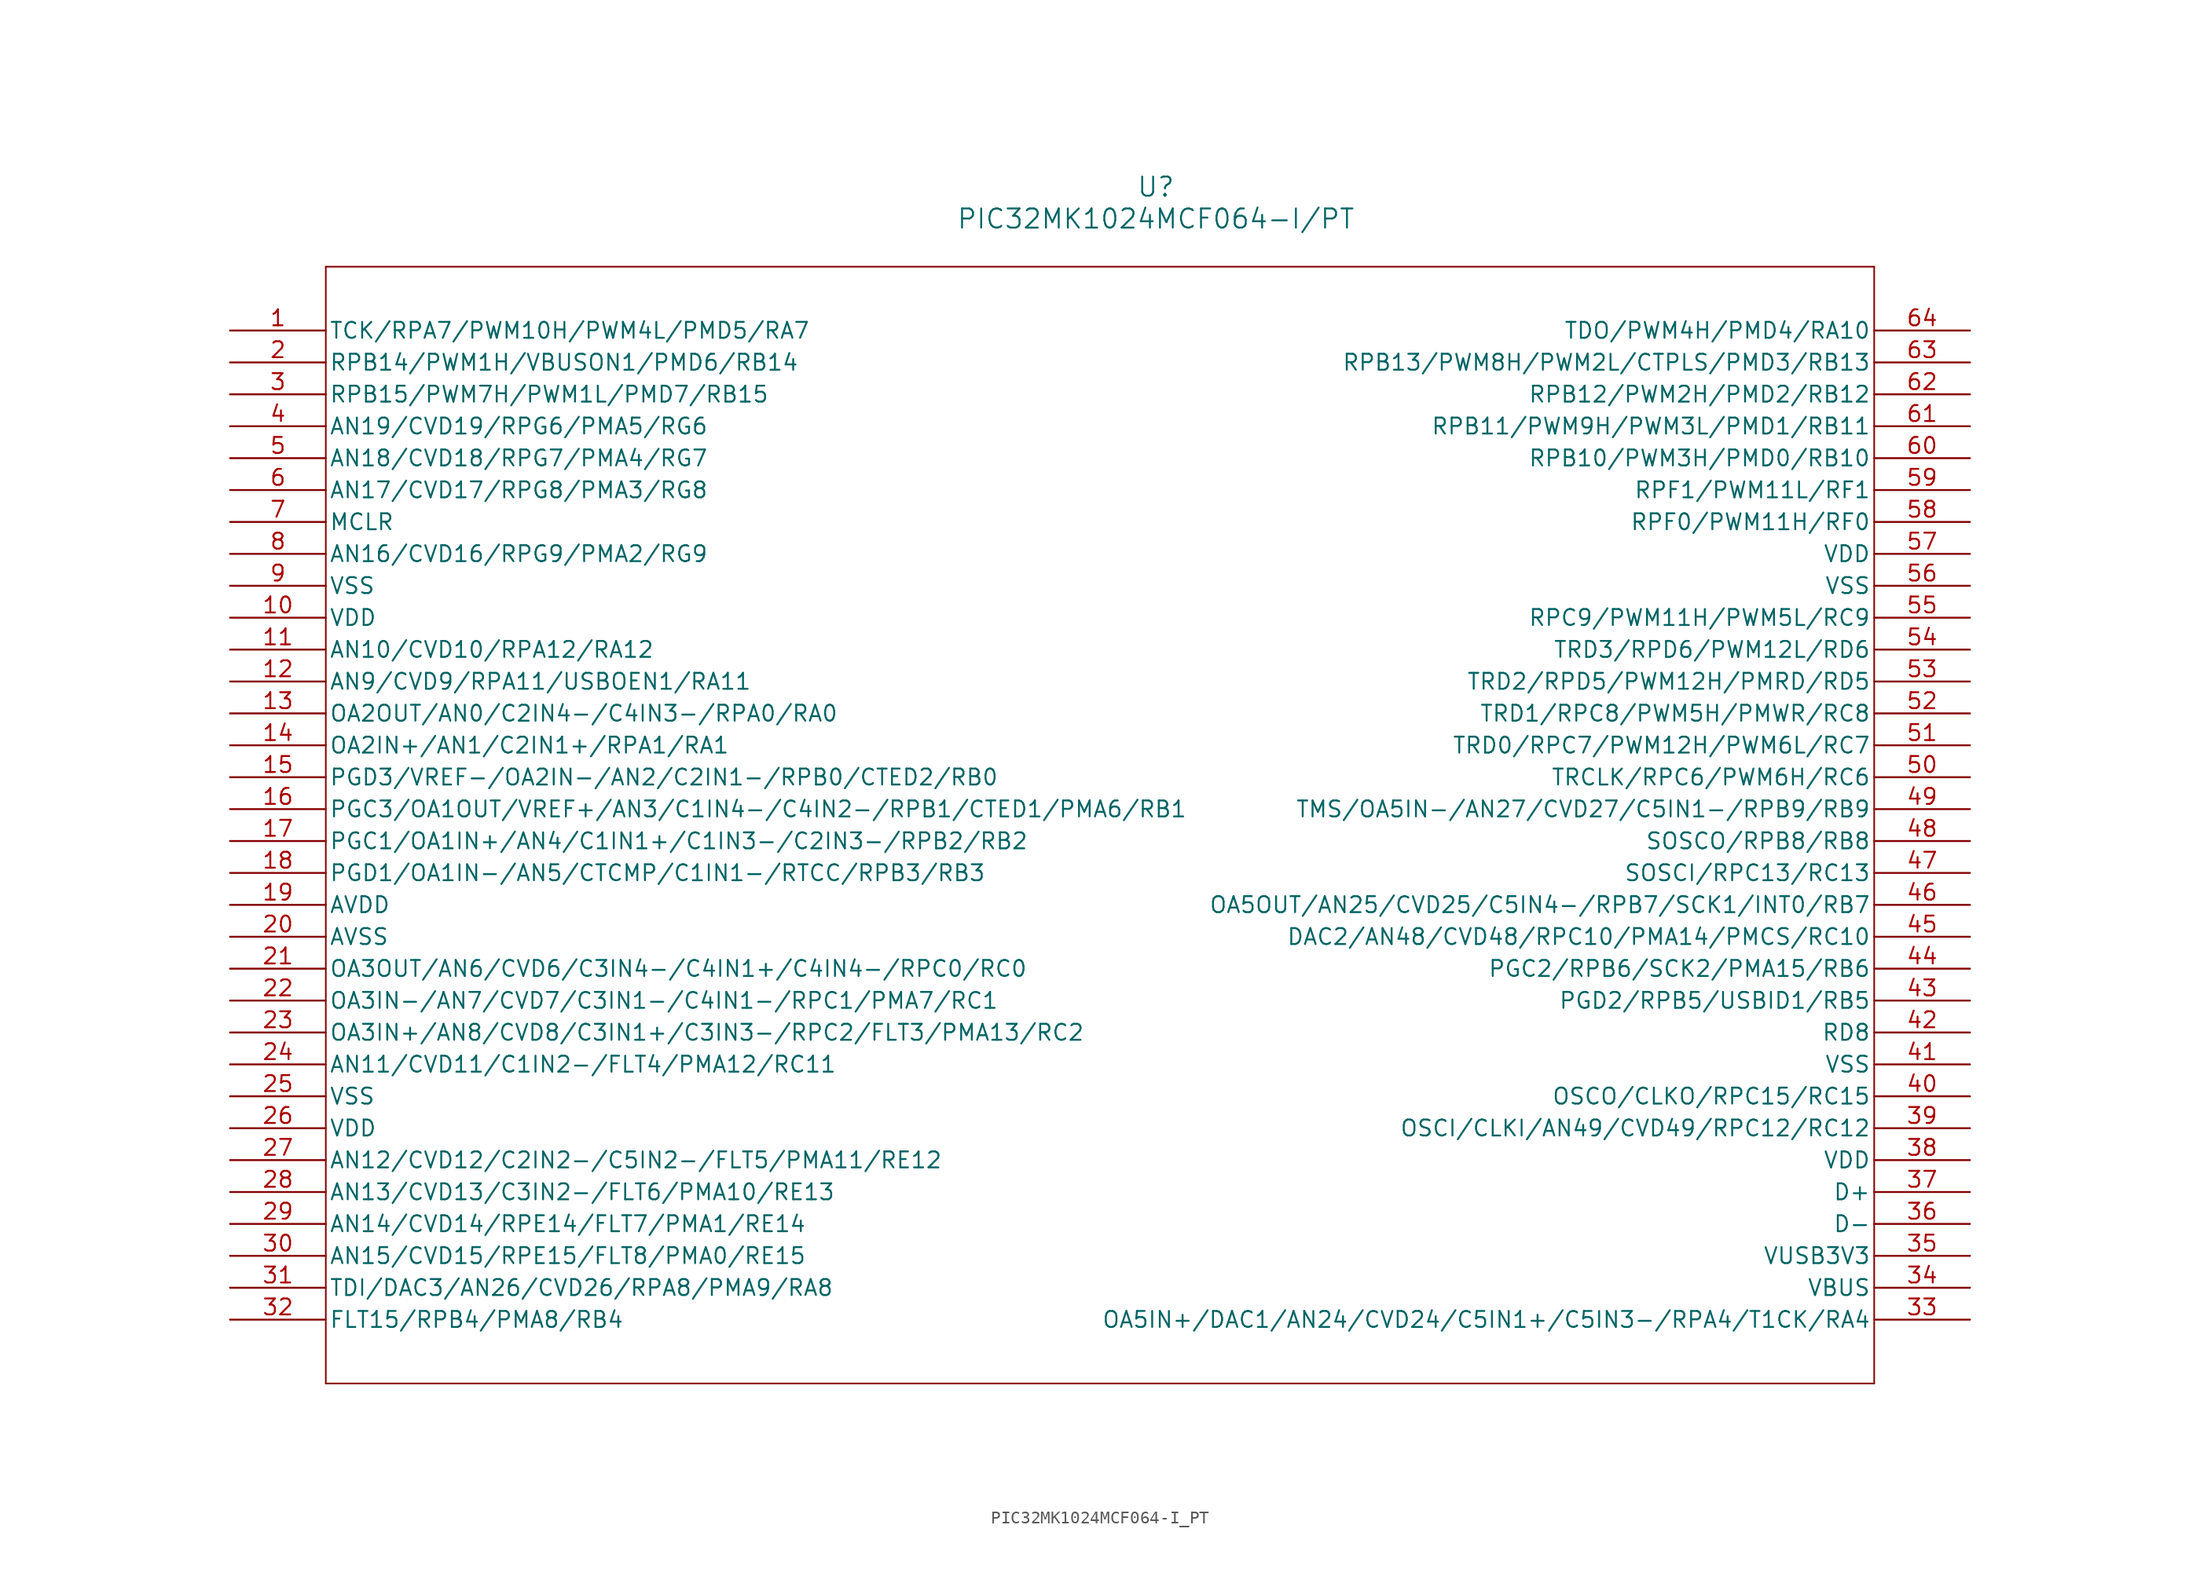
<source format=kicad_sym>
(kicad_symbol_lib
  (version 20220914)
  (generator kicad_symbol_editor)
  (symbol "PIC32MK1024MCF064-I_PT"
    (pin_names
      (offset 0.254))
    (property "Reference" "U"
      (at 73.66 11.43 0)
      (effects (font (size 1.524 1.524))))
    (property "Value" "PIC32MK1024MCF064-I/PT"
      (at 73.66 8.89 0)
      (effects (font (size 1.524 1.524))))
    (property "ki_locked" ""
      (at 0 0 0)
      (effects (font (size 1.27 1.27))))
    (symbol "PIC32MK1024MCF064-I_PT_0_1"
      (polyline (pts (xy 7.62 -83.82) (xy 130.81 -83.82)) (stroke (width 0.127) (type default)) (fill (type none)))
      (polyline (pts (xy 7.62 5.08) (xy 7.62 -83.82)) (stroke (width 0.127) (type default)) (fill (type none)))
      (polyline (pts (xy 130.81 -83.82) (xy 130.81 5.08)) (stroke (width 0.127) (type default)) (fill (type none)))
      (polyline (pts (xy 130.81 5.08) (xy 7.62 5.08)) (stroke (width 0.127) (type default)) (fill (type none)))
      (pin bidirectional line (at 0 0 0) (length 7.62) (name "TCK/RPA7/PWM10H/PWM4L/PMD5/RA7" (effects (font (size 1.27 1.27)))) (number "1" (effects (font (size 1.27 1.27)))))
      (pin power_in line (at 0 -22.86 0) (length 7.62) (name "VDD" (effects (font (size 1.27 1.27)))) (number "10" (effects (font (size 1.27 1.27)))))
      (pin bidirectional line (at 0 -25.4 0) (length 7.62) (name "AN10/CVD10/RPA12/RA12" (effects (font (size 1.27 1.27)))) (number "11" (effects (font (size 1.27 1.27)))))
      (pin bidirectional line (at 0 -27.94 0) (length 7.62) (name "AN9/CVD9/RPA11/USBOEN1/RA11" (effects (font (size 1.27 1.27)))) (number "12" (effects (font (size 1.27 1.27)))))
      (pin input line (at 0 -30.48 0) (length 7.62) (name "OA2OUT/AN0/C2IN4-/C4IN3-/RPA0/RA0" (effects (font (size 1.27 1.27)))) (number "13" (effects (font (size 1.27 1.27)))))
      (pin input line (at 0 -33.02 0) (length 7.62) (name "OA2IN+/AN1/C2IN1+/RPA1/RA1" (effects (font (size 1.27 1.27)))) (number "14" (effects (font (size 1.27 1.27)))))
      (pin input line (at 0 -35.56 0) (length 7.62) (name "PGD3/VREF-/OA2IN-/AN2/C2IN1-/RPB0/CTED2/RB0" (effects (font (size 1.27 1.27)))) (number "15" (effects (font (size 1.27 1.27)))))
      (pin input line (at 0 -38.1 0) (length 7.62) (name "PGC3/OA1OUT/VREF+/AN3/C1IN4-/C4IN2-/RPB1/CTED1/PMA6/RB1" (effects (font (size 1.27 1.27)))) (number "16" (effects (font (size 1.27 1.27)))))
      (pin input line (at 0 -40.64 0) (length 7.62) (name "PGC1/OA1IN+/AN4/C1IN1+/C1IN3-/C2IN3-/RPB2/RB2" (effects (font (size 1.27 1.27)))) (number "17" (effects (font (size 1.27 1.27)))))
      (pin input line (at 0 -43.18 0) (length 7.62) (name "PGD1/OA1IN-/AN5/CTCMP/C1IN1-/RTCC/RPB3/RB3" (effects (font (size 1.27 1.27)))) (number "18" (effects (font (size 1.27 1.27)))))
      (pin power_in line (at 0 -45.72 0) (length 7.62) (name "AVDD" (effects (font (size 1.27 1.27)))) (number "19" (effects (font (size 1.27 1.27)))))
      (pin bidirectional line (at 0 -2.54 0) (length 7.62) (name "RPB14/PWM1H/VBUSON1/PMD6/RB14" (effects (font (size 1.27 1.27)))) (number "2" (effects (font (size 1.27 1.27)))))
      (pin power_out line (at 0 -48.26 0) (length 7.62) (name "AVSS" (effects (font (size 1.27 1.27)))) (number "20" (effects (font (size 1.27 1.27)))))
      (pin input line (at 0 -50.8 0) (length 7.62) (name "OA3OUT/AN6/CVD6/C3IN4-/C4IN1+/C4IN4-/RPC0/RC0" (effects (font (size 1.27 1.27)))) (number "21" (effects (font (size 1.27 1.27)))))
      (pin input line (at 0 -53.34 0) (length 7.62) (name "OA3IN-/AN7/CVD7/C3IN1-/C4IN1-/RPC1/PMA7/RC1" (effects (font (size 1.27 1.27)))) (number "22" (effects (font (size 1.27 1.27)))))
      (pin input line (at 0 -55.88 0) (length 7.62) (name "OA3IN+/AN8/CVD8/C3IN1+/C3IN3-/RPC2/FLT3/PMA13/RC2" (effects (font (size 1.27 1.27)))) (number "23" (effects (font (size 1.27 1.27)))))
      (pin input line (at 0 -58.42 0) (length 7.62) (name "AN11/CVD11/C1IN2-/FLT4/PMA12/RC11" (effects (font (size 1.27 1.27)))) (number "24" (effects (font (size 1.27 1.27)))))
      (pin power_out line (at 0 -60.96 0) (length 7.62) (name "VSS" (effects (font (size 1.27 1.27)))) (number "25" (effects (font (size 1.27 1.27)))))
      (pin power_in line (at 0 -63.5 0) (length 7.62) (name "VDD" (effects (font (size 1.27 1.27)))) (number "26" (effects (font (size 1.27 1.27)))))
      (pin input line (at 0 -66.04 0) (length 7.62) (name "AN12/CVD12/C2IN2-/C5IN2-/FLT5/PMA11/RE12" (effects (font (size 1.27 1.27)))) (number "27" (effects (font (size 1.27 1.27)))))
      (pin input line (at 0 -68.58 0) (length 7.62) (name "AN13/CVD13/C3IN2-/FLT6/PMA10/RE13" (effects (font (size 1.27 1.27)))) (number "28" (effects (font (size 1.27 1.27)))))
      (pin bidirectional line (at 0 -71.12 0) (length 7.62) (name "AN14/CVD14/RPE14/FLT7/PMA1/RE14" (effects (font (size 1.27 1.27)))) (number "29" (effects (font (size 1.27 1.27)))))
      (pin bidirectional line (at 0 -5.08 0) (length 7.62) (name "RPB15/PWM7H/PWM1L/PMD7/RB15" (effects (font (size 1.27 1.27)))) (number "3" (effects (font (size 1.27 1.27)))))
      (pin bidirectional line (at 0 -73.66 0) (length 7.62) (name "AN15/CVD15/RPE15/FLT8/PMA0/RE15" (effects (font (size 1.27 1.27)))) (number "30" (effects (font (size 1.27 1.27)))))
      (pin bidirectional line (at 0 -76.2 0) (length 7.62) (name "TDI/DAC3/AN26/CVD26/RPA8/PMA9/RA8" (effects (font (size 1.27 1.27)))) (number "31" (effects (font (size 1.27 1.27)))))
      (pin unspecified line (at 0 -78.74 0) (length 7.62) (name "FLT15/RPB4/PMA8/RB4" (effects (font (size 1.27 1.27)))) (number "32" (effects (font (size 1.27 1.27)))))
      (pin input line (at 138.43 -78.74 180) (length 7.62) (name "OA5IN+/DAC1/AN24/CVD24/C5IN1+/C5IN3-/RPA4/T1CK/RA4" (effects (font (size 1.27 1.27)))) (number "33" (effects (font (size 1.27 1.27)))))
      (pin unspecified line (at 138.43 -76.2 180) (length 7.62) (name "VBUS" (effects (font (size 1.27 1.27)))) (number "34" (effects (font (size 1.27 1.27)))))
      (pin unspecified line (at 138.43 -73.66 180) (length 7.62) (name "VUSB3V3" (effects (font (size 1.27 1.27)))) (number "35" (effects (font (size 1.27 1.27)))))
      (pin unspecified line (at 138.43 -71.12 180) (length 7.62) (name "D-" (effects (font (size 1.27 1.27)))) (number "36" (effects (font (size 1.27 1.27)))))
      (pin unspecified line (at 138.43 -68.58 180) (length 7.62) (name "D+" (effects (font (size 1.27 1.27)))) (number "37" (effects (font (size 1.27 1.27)))))
      (pin power_in line (at 138.43 -66.04 180) (length 7.62) (name "VDD" (effects (font (size 1.27 1.27)))) (number "38" (effects (font (size 1.27 1.27)))))
      (pin bidirectional line (at 138.43 -63.5 180) (length 7.62) (name "OSCI/CLKI/AN49/CVD49/RPC12/RC12" (effects (font (size 1.27 1.27)))) (number "39" (effects (font (size 1.27 1.27)))))
      (pin bidirectional line (at 0 -7.62 0) (length 7.62) (name "AN19/CVD19/RPG6/PMA5/RG6" (effects (font (size 1.27 1.27)))) (number "4" (effects (font (size 1.27 1.27)))))
      (pin unspecified line (at 138.43 -60.96 180) (length 7.62) (name "OSCO/CLKO/RPC15/RC15" (effects (font (size 1.27 1.27)))) (number "40" (effects (font (size 1.27 1.27)))))
      (pin power_out line (at 138.43 -58.42 180) (length 7.62) (name "VSS" (effects (font (size 1.27 1.27)))) (number "41" (effects (font (size 1.27 1.27)))))
      (pin bidirectional line (at 138.43 -55.88 180) (length 7.62) (name "RD8" (effects (font (size 1.27 1.27)))) (number "42" (effects (font (size 1.27 1.27)))))
      (pin bidirectional line (at 138.43 -53.34 180) (length 7.62) (name "PGD2/RPB5/USBID1/RB5" (effects (font (size 1.27 1.27)))) (number "43" (effects (font (size 1.27 1.27)))))
      (pin bidirectional line (at 138.43 -50.8 180) (length 7.62) (name "PGC2/RPB6/SCK2/PMA15/RB6" (effects (font (size 1.27 1.27)))) (number "44" (effects (font (size 1.27 1.27)))))
      (pin bidirectional line (at 138.43 -48.26 180) (length 7.62) (name "DAC2/AN48/CVD48/RPC10/PMA14/PMCS/RC10" (effects (font (size 1.27 1.27)))) (number "45" (effects (font (size 1.27 1.27)))))
      (pin input line (at 138.43 -45.72 180) (length 7.62) (name "OA5OUT/AN25/CVD25/C5IN4-/RPB7/SCK1/INT0/RB7" (effects (font (size 1.27 1.27)))) (number "46" (effects (font (size 1.27 1.27)))))
      (pin unspecified line (at 138.43 -43.18 180) (length 7.62) (name "SOSCI/RPC13/RC13" (effects (font (size 1.27 1.27)))) (number "47" (effects (font (size 1.27 1.27)))))
      (pin unspecified line (at 138.43 -40.64 180) (length 7.62) (name "SOSCO/RPB8/RB8" (effects (font (size 1.27 1.27)))) (number "48" (effects (font (size 1.27 1.27)))))
      (pin input line (at 138.43 -38.1 180) (length 7.62) (name "TMS/OA5IN-/AN27/CVD27/C5IN1-/RPB9/RB9" (effects (font (size 1.27 1.27)))) (number "49" (effects (font (size 1.27 1.27)))))
      (pin bidirectional line (at 0 -10.16 0) (length 7.62) (name "AN18/CVD18/RPG7/PMA4/RG7" (effects (font (size 1.27 1.27)))) (number "5" (effects (font (size 1.27 1.27)))))
      (pin unspecified line (at 138.43 -35.56 180) (length 7.62) (name "TRCLK/RPC6/PWM6H/RC6" (effects (font (size 1.27 1.27)))) (number "50" (effects (font (size 1.27 1.27)))))
      (pin bidirectional line (at 138.43 -33.02 180) (length 7.62) (name "TRD0/RPC7/PWM12H/PWM6L/RC7" (effects (font (size 1.27 1.27)))) (number "51" (effects (font (size 1.27 1.27)))))
      (pin bidirectional line (at 138.43 -30.48 180) (length 7.62) (name "TRD1/RPC8/PWM5H/PMWR/RC8" (effects (font (size 1.27 1.27)))) (number "52" (effects (font (size 1.27 1.27)))))
      (pin bidirectional line (at 138.43 -27.94 180) (length 7.62) (name "TRD2/RPD5/PWM12H/PMRD/RD5" (effects (font (size 1.27 1.27)))) (number "53" (effects (font (size 1.27 1.27)))))
      (pin bidirectional line (at 138.43 -25.4 180) (length 7.62) (name "TRD3/RPD6/PWM12L/RD6" (effects (font (size 1.27 1.27)))) (number "54" (effects (font (size 1.27 1.27)))))
      (pin power_out line (at 138.43 -20.32 180) (length 7.62) (name "VSS" (effects (font (size 1.27 1.27)))) (number "56" (effects (font (size 1.27 1.27)))))
      (pin power_in line (at 138.43 -17.78 180) (length 7.62) (name "VDD" (effects (font (size 1.27 1.27)))) (number "57" (effects (font (size 1.27 1.27)))))
      (pin bidirectional line (at 138.43 -15.24 180) (length 7.62) (name "RPF0/PWM11H/RF0" (effects (font (size 1.27 1.27)))) (number "58" (effects (font (size 1.27 1.27)))))
      (pin bidirectional line (at 138.43 -12.7 180) (length 7.62) (name "RPF1/PWM11L/RF1" (effects (font (size 1.27 1.27)))) (number "59" (effects (font (size 1.27 1.27)))))
      (pin bidirectional line (at 0 -12.7 0) (length 7.62) (name "AN17/CVD17/RPG8/PMA3/RG8" (effects (font (size 1.27 1.27)))) (number "6" (effects (font (size 1.27 1.27)))))
      (pin bidirectional line (at 138.43 -10.16 180) (length 7.62) (name "RPB10/PWM3H/PMD0/RB10" (effects (font (size 1.27 1.27)))) (number "60" (effects (font (size 1.27 1.27)))))
      (pin bidirectional line (at 138.43 -7.62 180) (length 7.62) (name "RPB11/PWM9H/PWM3L/PMD1/RB11" (effects (font (size 1.27 1.27)))) (number "61" (effects (font (size 1.27 1.27)))))
      (pin bidirectional line (at 138.43 -5.08 180) (length 7.62) (name "RPB12/PWM2H/PMD2/RB12" (effects (font (size 1.27 1.27)))) (number "62" (effects (font (size 1.27 1.27)))))
      (pin bidirectional line (at 138.43 -2.54 180) (length 7.62) (name "RPB13/PWM8H/PWM2L/CTPLS/PMD3/RB13" (effects (font (size 1.27 1.27)))) (number "63" (effects (font (size 1.27 1.27)))))
      (pin bidirectional line (at 138.43 0 180) (length 7.62) (name "TDO/PWM4H/PMD4/RA10" (effects (font (size 1.27 1.27)))) (number "64" (effects (font (size 1.27 1.27)))))
      (pin unspecified line (at 0 -15.24 0) (length 7.62) (name "MCLR" (effects (font (size 1.27 1.27)))) (number "7" (effects (font (size 1.27 1.27)))))
      (pin bidirectional line (at 0 -17.78 0) (length 7.62) (name "AN16/CVD16/RPG9/PMA2/RG9" (effects (font (size 1.27 1.27)))) (number "8" (effects (font (size 1.27 1.27)))))
      (pin power_out line (at 0 -20.32 0) (length 7.62) (name "VSS" (effects (font (size 1.27 1.27)))) (number "9" (effects (font (size 1.27 1.27))))))
    (symbol "PIC32MK1024MCF064-I_PT_1_1"
      (pin bidirectional line (at 138.43 -22.86 180) (length 7.62) (name "RPC9/PWM11H/PWM5L/RC9" (effects (font (size 1.27 1.27)))) (number "55" (effects (font (size 1.27 1.27))))))))
</source>
